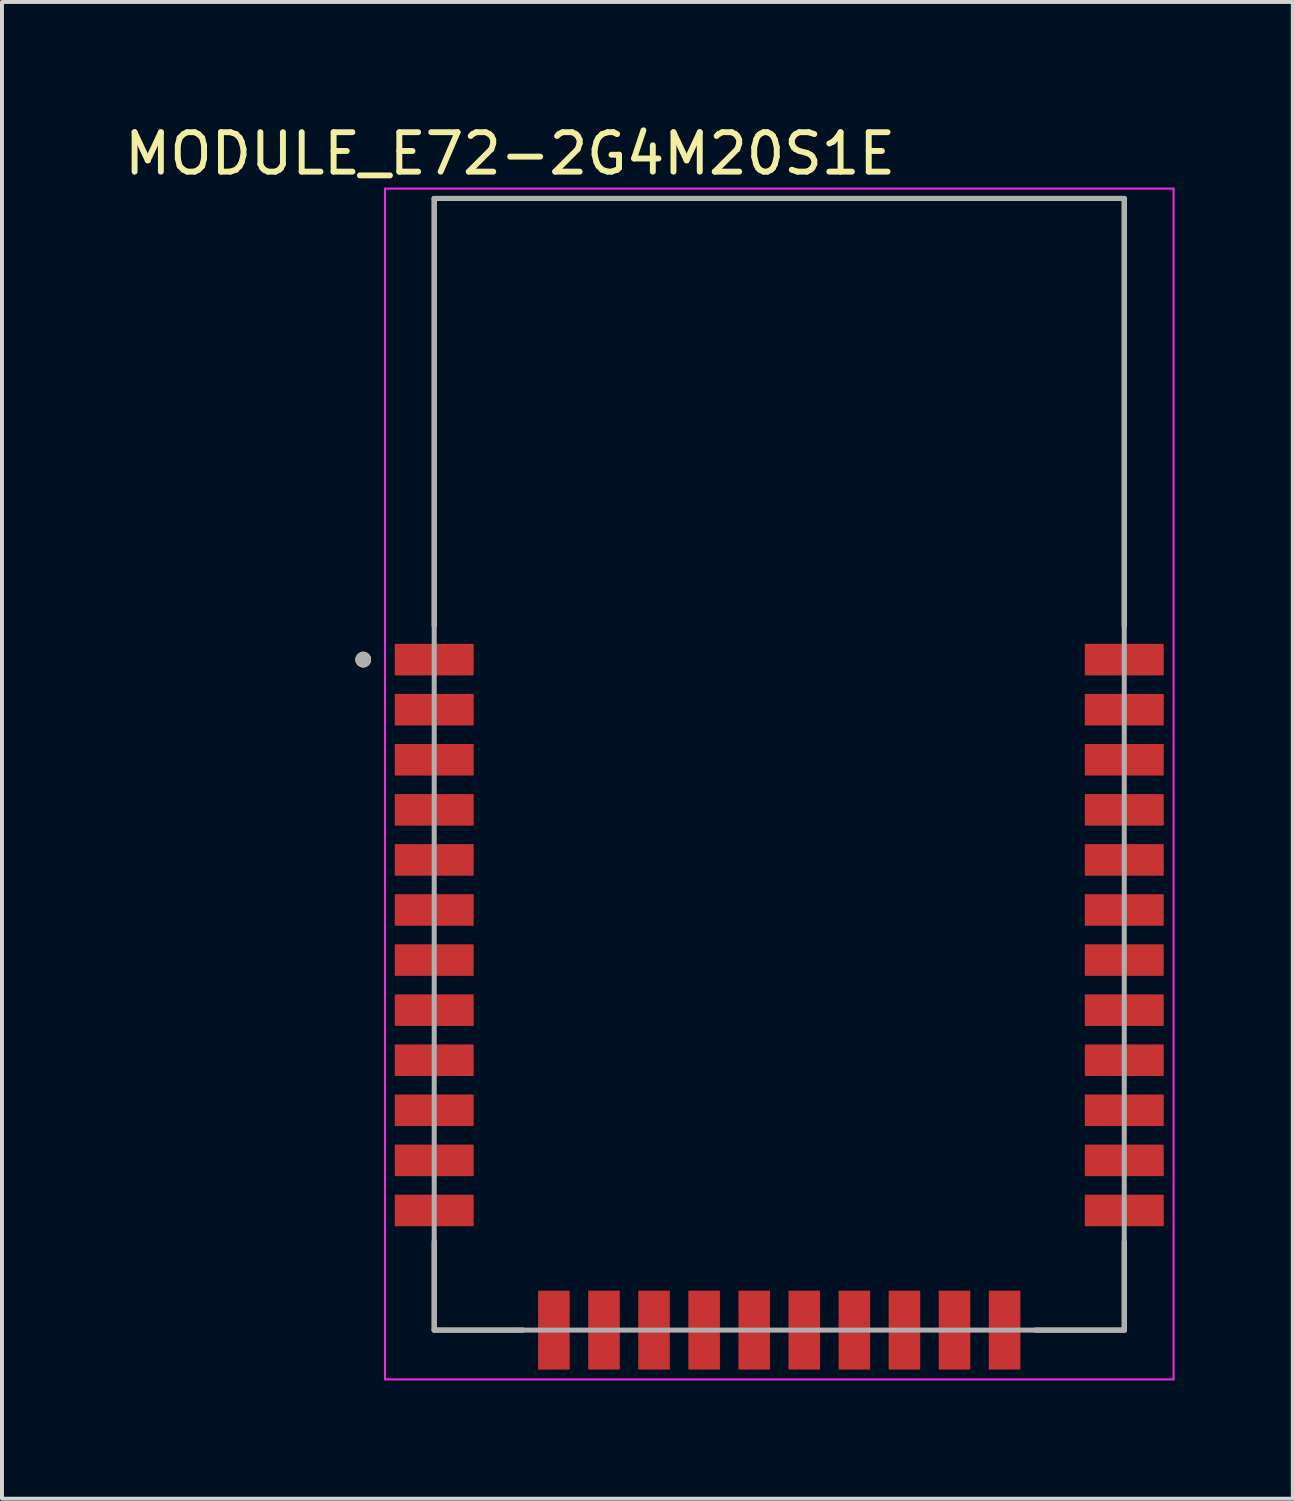
<source format=kicad_pcb>
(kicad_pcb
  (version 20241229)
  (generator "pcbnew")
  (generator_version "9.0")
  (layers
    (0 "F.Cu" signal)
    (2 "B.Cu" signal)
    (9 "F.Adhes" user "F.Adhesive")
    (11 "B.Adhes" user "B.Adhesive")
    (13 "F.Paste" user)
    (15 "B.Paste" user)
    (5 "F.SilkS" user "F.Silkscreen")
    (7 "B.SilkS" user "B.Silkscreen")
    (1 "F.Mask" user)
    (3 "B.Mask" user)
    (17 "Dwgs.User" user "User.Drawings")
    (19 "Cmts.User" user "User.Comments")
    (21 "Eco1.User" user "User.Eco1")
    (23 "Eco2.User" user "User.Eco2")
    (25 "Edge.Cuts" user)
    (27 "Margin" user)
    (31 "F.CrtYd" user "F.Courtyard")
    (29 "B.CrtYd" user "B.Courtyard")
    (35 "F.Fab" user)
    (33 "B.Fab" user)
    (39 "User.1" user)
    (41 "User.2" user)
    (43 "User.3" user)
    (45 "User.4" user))
  (footprint "MODULE_E72-2G4M20S1E"
    (layer "F.Cu")
    (at 16.712 16.333)
    (property "Reference" "MODULE_E72-2G4M20S1E" (at -6.825 -15.485 0) (layer "F.SilkS") (effects (font (size 1 1) (thickness 0.15))))
    (attr through_hole)
    (fp_line (start -8.75 -14.35) (end 8.75 -14.35) (stroke (width 0.127) (type solid)) (layer "F.SilkS"))
    (fp_line (start -8.75 -3.51) (end -8.75 -14.35) (stroke (width 0.127) (type solid)) (layer "F.SilkS"))
    (fp_line (start -8.75 14.35) (end -8.75 12.1) (stroke (width 0.127) (type solid)) (layer "F.SilkS"))
    (fp_line (start -6.5 14.35) (end -8.75 14.35) (stroke (width 0.127) (type solid)) (layer "F.SilkS"))
    (fp_line (start 6.5 14.35) (end 8.75 14.35) (stroke (width 0.127) (type solid)) (layer "F.SilkS"))
    (fp_line (start 8.75 -14.35) (end 8.75 -3.51) (stroke (width 0.127) (type solid)) (layer "F.SilkS"))
    (fp_line (start 8.75 14.35) (end 8.75 12.1) (stroke (width 0.127) (type solid)) (layer "F.SilkS"))
    (fp_circle (center -10.55 -2.655) (end -10.45 -2.655) (stroke (width 0.2) (type solid)) (fill no) (layer "F.SilkS"))
    (fp_line (start -10 -14.6) (end -10 15.6) (stroke (width 0.05) (type solid)) (layer "F.CrtYd"))
    (fp_line (start -10 15.6) (end 10 15.6) (stroke (width 0.05) (type solid)) (layer "F.CrtYd"))
    (fp_line (start 10 -14.6) (end -10 -14.6) (stroke (width 0.05) (type solid)) (layer "F.CrtYd"))
    (fp_line (start 10 15.6) (end 10 -14.6) (stroke (width 0.05) (type solid)) (layer "F.CrtYd"))
    (fp_line (start -8.75 -14.35) (end -8.75 14.35) (stroke (width 0.127) (type solid)) (layer "F.Fab"))
    (fp_line (start -8.75 14.35) (end 8.75 14.35) (stroke (width 0.127) (type solid)) (layer "F.Fab"))
    (fp_line (start 8.75 -14.35) (end -8.75 -14.35) (stroke (width 0.127) (type solid)) (layer "F.Fab"))
    (fp_line (start 8.75 14.35) (end 8.75 -14.35) (stroke (width 0.127) (type solid)) (layer "F.Fab"))
    (fp_circle (center -10.55 -2.655) (end -10.45 -2.655) (stroke (width 0.2) (type solid)) (fill no) (layer "F.Fab"))
    (pad "1" smd rect (at -8.75 -2.655 180) (size 2 0.8) (layers "F.Cu" "F.Mask" "F.Paste"))
    (pad "2" smd rect (at -8.75 -1.385 180) (size 2 0.8) (layers "F.Cu" "F.Mask" "F.Paste"))
    (pad "3" smd rect (at -8.75 -0.115 180) (size 2 0.8) (layers "F.Cu" "F.Mask" "F.Paste"))
    (pad "4" smd rect (at -8.75 1.155 180) (size 2 0.8) (layers "F.Cu" "F.Mask" "F.Paste"))
    (pad "5" smd rect (at -8.75 2.425 180) (size 2 0.8) (layers "F.Cu" "F.Mask" "F.Paste"))
    (pad "6" smd rect (at -8.75 3.695 180) (size 2 0.8) (layers "F.Cu" "F.Mask" "F.Paste"))
    (pad "7" smd rect (at -8.75 4.965 180) (size 2 0.8) (layers "F.Cu" "F.Mask" "F.Paste"))
    (pad "8" smd rect (at -8.75 6.235 180) (size 2 0.8) (layers "F.Cu" "F.Mask" "F.Paste"))
    (pad "9" smd rect (at -8.75 7.505 180) (size 2 0.8) (layers "F.Cu" "F.Mask" "F.Paste"))
    (pad "10" smd rect (at -8.75 8.775 180) (size 2 0.8) (layers "F.Cu" "F.Mask" "F.Paste"))
    (pad "11" smd rect (at -8.75 10.045 180) (size 2 0.8) (layers "F.Cu" "F.Mask" "F.Paste"))
    (pad "12" smd rect (at -8.75 11.315 180) (size 2 0.8) (layers "F.Cu" "F.Mask" "F.Paste"))
    (pad "13" smd rect (at -5.715 14.35 90) (size 2 0.8) (layers "F.Cu" "F.Mask" "F.Paste"))
    (pad "14" smd rect (at -4.445 14.35 90) (size 2 0.8) (layers "F.Cu" "F.Mask" "F.Paste"))
    (pad "15" smd rect (at -3.175 14.35 90) (size 2 0.8) (layers "F.Cu" "F.Mask" "F.Paste"))
    (pad "16" smd rect (at -1.905 14.35 90) (size 2 0.8) (layers "F.Cu" "F.Mask" "F.Paste"))
    (pad "17" smd rect (at -0.635 14.35 90) (size 2 0.8) (layers "F.Cu" "F.Mask" "F.Paste"))
    (pad "18" smd rect (at 0.635 14.35 90) (size 2 0.8) (layers "F.Cu" "F.Mask" "F.Paste"))
    (pad "19" smd rect (at 1.905 14.35 90) (size 2 0.8) (layers "F.Cu" "F.Mask" "F.Paste"))
    (pad "20" smd rect (at 3.175 14.35 90) (size 2 0.8) (layers "F.Cu" "F.Mask" "F.Paste"))
    (pad "21" smd rect (at 4.445 14.35 90) (size 2 0.8) (layers "F.Cu" "F.Mask" "F.Paste"))
    (pad "22" smd rect (at 5.715 14.35 90) (size 2 0.8) (layers "F.Cu" "F.Mask" "F.Paste"))
    (pad "23" smd rect (at 8.75 11.315 180) (size 2 0.8) (layers "F.Cu" "F.Mask" "F.Paste"))
    (pad "24" smd rect (at 8.75 10.045 180) (size 2 0.8) (layers "F.Cu" "F.Mask" "F.Paste"))
    (pad "25" smd rect (at 8.75 8.775 180) (size 2 0.8) (layers "F.Cu" "F.Mask" "F.Paste"))
    (pad "26" smd rect (at 8.75 7.505 180) (size 2 0.8) (layers "F.Cu" "F.Mask" "F.Paste"))
    (pad "27" smd rect (at 8.75 6.235 180) (size 2 0.8) (layers "F.Cu" "F.Mask" "F.Paste"))
    (pad "28" smd rect (at 8.75 4.965 180) (size 2 0.8) (layers "F.Cu" "F.Mask" "F.Paste"))
    (pad "29" smd rect (at 8.75 3.695 180) (size 2 0.8) (layers "F.Cu" "F.Mask" "F.Paste"))
    (pad "30" smd rect (at 8.75 2.425 180) (size 2 0.8) (layers "F.Cu" "F.Mask" "F.Paste"))
    (pad "31" smd rect (at 8.75 1.155 180) (size 2 0.8) (layers "F.Cu" "F.Mask" "F.Paste"))
    (pad "32" smd rect (at 8.75 -0.115 180) (size 2 0.8) (layers "F.Cu" "F.Mask" "F.Paste"))
    (pad "33" smd rect (at 8.75 -1.385 180) (size 2 0.8) (layers "F.Cu" "F.Mask" "F.Paste"))
    (pad "34" smd rect (at 8.75 -2.655 180) (size 2 0.8) (layers "F.Cu" "F.Mask" "F.Paste"))
    (zone (net_name "") (layer "F.Cu") (hatch full 0.508) (connect_pads) (min_thickness 0.01) (filled_areas_thickness no) (keepout (tracks not_allowed) (vias not_allowed) (pads not_allowed) (copperpour not_allowed) (footprints allowed)) (placement (enabled no)) (fill) (polygon (pts (xy 7.962 1.983) (xy 7.962 13.283) (xy 8.962 13.283) (xy 8.962 28.048) (xy 7.962 28.048) (xy 7.962 30.683) (xy 10.597 30.678) (xy 10.597 29.678) (xy 22.822 29.683) (xy 22.822 30.683) (xy 25.462 30.683) (xy 25.462 28.048) (xy 24.462 28.048) (xy 24.462 13.278) (xy 25.462 13.278) (xy 25.462 1.983))))
    (zone (net_name "") (layers "F.Cu" "B.Cu") (hatch full 0.508) (connect_pads) (min_thickness 0.01) (filled_areas_thickness no) (keepout (tracks allowed) (vias not_allowed) (pads allowed) (copperpour allowed) (footprints allowed)) (placement (enabled no)) (fill) (polygon (pts (xy 7.962 1.983) (xy 7.962 13.283) (xy 8.962 13.283) (xy 8.962 28.048) (xy 7.962 28.048) (xy 7.962 30.683) (xy 10.597 30.678) (xy 10.597 29.678) (xy 22.822 29.683) (xy 22.822 30.683) (xy 25.462 30.683) (xy 25.462 28.048) (xy 24.462 28.048) (xy 24.462 13.278) (xy 25.462 13.278) (xy 25.462 1.983)))))
  (gr_rect
    (start -3 -3)
    (end 29.737 34.958)
    (stroke (width 0.1) (type default))
    (fill no)
    (layer "Edge.Cuts")))
</source>
